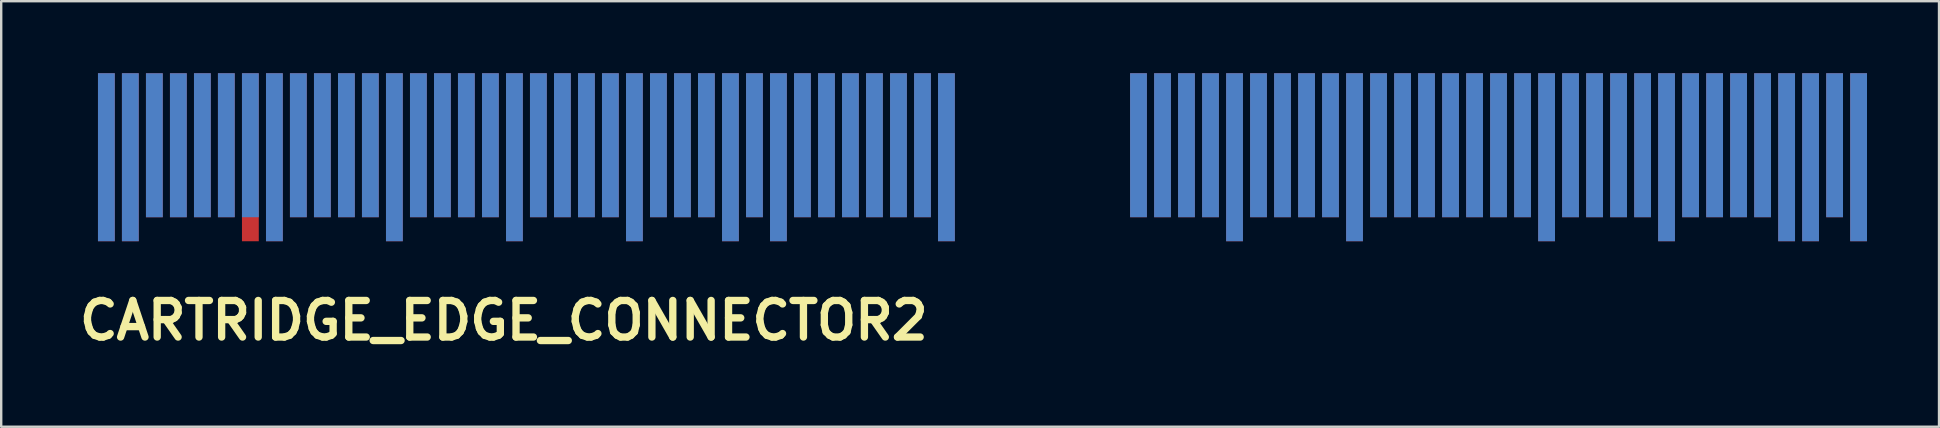
<source format=kicad_pcb>
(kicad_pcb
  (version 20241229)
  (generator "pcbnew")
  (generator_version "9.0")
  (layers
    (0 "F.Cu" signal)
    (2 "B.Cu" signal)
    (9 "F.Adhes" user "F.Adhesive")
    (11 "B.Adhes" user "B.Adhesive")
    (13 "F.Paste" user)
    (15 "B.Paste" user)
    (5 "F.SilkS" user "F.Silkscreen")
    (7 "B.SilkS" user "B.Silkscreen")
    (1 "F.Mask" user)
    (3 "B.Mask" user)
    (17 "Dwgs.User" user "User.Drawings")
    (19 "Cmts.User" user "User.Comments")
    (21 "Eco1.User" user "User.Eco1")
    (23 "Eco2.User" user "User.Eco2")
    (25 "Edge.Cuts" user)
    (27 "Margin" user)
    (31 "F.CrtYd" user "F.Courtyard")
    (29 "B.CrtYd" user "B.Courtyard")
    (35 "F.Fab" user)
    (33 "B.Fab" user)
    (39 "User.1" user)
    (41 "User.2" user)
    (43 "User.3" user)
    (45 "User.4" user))
  (footprint "CARTRIDGE_EDGE_CONNECTOR2"
    (layer "F.Cu")
    (at 0.381 8.001)
    (property "Reference" "CARTRIDGE_EDGE_CONNECTOR2" (at 17.559 2.301 0) (layer "F.SilkS") (effects (font (size 1.524 1.524) (thickness 0.305))))
    (attr smd)
    (pad "A1" smd rect (at 1.001 -4.501) (size 0.701 7) (layers "B.Cu" "B.Mask" "B.Paste"))
    (pad "A2" smd rect (at 1.999 -4.501) (size 0.701 7) (layers "B.Cu" "B.Mask" "B.Paste"))
    (pad "A3" smd rect (at 3 -5) (size 0.701 5.999) (layers "B.Cu" "B.Mask" "B.Paste"))
    (pad "A4" smd rect (at 4 -5) (size 0.701 5.999) (layers "B.Cu" "B.Mask" "B.Paste"))
    (pad "A5" smd rect (at 5.001 -5.001) (size 0.701 5.999) (layers "B.Cu" "B.Mask" "B.Paste"))
    (pad "A6" smd rect (at 5.999 -5.001) (size 0.701 5.999) (layers "B.Cu" "B.Mask" "B.Paste"))
    (pad "A7" smd rect (at 7 -5.001) (size 0.701 5.999) (layers "B.Cu" "B.Mask" "B.Paste"))
    (pad "A8" smd rect (at 8.001 -4.501) (size 0.701 7) (layers "B.Cu" "B.Mask" "B.Paste"))
    (pad "A9" smd rect (at 8.999 -5.001) (size 0.701 5.999) (layers "B.Cu" "B.Mask" "B.Paste"))
    (pad "A10" smd rect (at 10 -5.001) (size 0.701 5.999) (layers "B.Cu" "B.Mask" "B.Paste"))
    (pad "A11" smd rect (at 11.001 -5.001) (size 0.701 5.999) (layers "B.Cu" "B.Mask" "B.Paste"))
    (pad "A12" smd rect (at 11.999 -5.001) (size 0.701 5.999) (layers "B.Cu" "B.Mask" "B.Paste"))
    (pad "A13" smd rect (at 13 -4.501) (size 0.701 7) (layers "B.Cu" "B.Mask" "B.Paste"))
    (pad "A14" smd rect (at 14 -5.001) (size 0.701 5.999) (layers "B.Cu" "B.Mask" "B.Paste"))
    (pad "A15" smd rect (at 15.001 -5.001) (size 0.701 5.999) (layers "B.Cu" "B.Mask" "B.Paste"))
    (pad "A16" smd rect (at 15.999 -5.001) (size 0.701 5.999) (layers "B.Cu" "B.Mask" "B.Paste"))
    (pad "A17" smd rect (at 17 -5.001) (size 0.701 5.999) (layers "B.Cu" "B.Mask" "B.Paste"))
    (pad "A18" smd rect (at 18.001 -4.501) (size 0.701 7) (layers "B.Cu" "B.Mask" "B.Paste"))
    (pad "A19" smd rect (at 18.999 -5.001) (size 0.701 5.999) (layers "B.Cu" "B.Mask" "B.Paste"))
    (pad "A20" smd rect (at 20 -5.001) (size 0.701 5.999) (layers "B.Cu" "B.Mask" "B.Paste"))
    (pad "A21" smd rect (at 21.001 -5.001) (size 0.701 5.999) (layers "B.Cu" "B.Mask" "B.Paste"))
    (pad "A22" smd rect (at 21.999 -5.001) (size 0.701 5.999) (layers "B.Cu" "B.Mask" "B.Paste"))
    (pad "A23" smd rect (at 23 -4.501) (size 0.701 7) (layers "B.Cu" "B.Mask" "B.Paste"))
    (pad "A24" smd rect (at 24 -5.001) (size 0.701 5.999) (layers "B.Cu" "B.Mask" "B.Paste"))
    (pad "A25" smd rect (at 25.001 -5.001) (size 0.701 5.999) (layers "B.Cu" "B.Mask" "B.Paste"))
    (pad "A26" smd rect (at 25.999 -5.001) (size 0.701 5.999) (layers "B.Cu" "B.Mask" "B.Paste"))
    (pad "A27" smd rect (at 27 -4.501) (size 0.701 7) (layers "B.Cu" "B.Mask" "B.Paste"))
    (pad "A28" smd rect (at 28.001 -5.001) (size 0.701 5.999) (layers "B.Cu" "B.Mask" "B.Paste"))
    (pad "A29" smd rect (at 28.999 -4.501) (size 0.701 7) (layers "B.Cu" "B.Mask" "B.Paste"))
    (pad "A30" smd rect (at 30 -5.001) (size 0.701 5.999) (layers "B.Cu" "B.Mask" "B.Paste"))
    (pad "A31" smd rect (at 31.001 -5.001) (size 0.701 5.999) (layers "B.Cu" "B.Mask" "B.Paste"))
    (pad "A32" smd rect (at 31.999 -5.001) (size 0.701 5.999) (layers "B.Cu" "B.Mask" "B.Paste"))
    (pad "A33" smd rect (at 33 -5.001) (size 0.701 5.999) (layers "B.Cu" "B.Mask" "B.Paste"))
    (pad "A34" smd rect (at 34 -5.001) (size 0.701 5.999) (layers "B.Cu" "B.Mask" "B.Paste"))
    (pad "A35" smd rect (at 35.001 -5.001) (size 0.701 5.999) (layers "B.Cu" "B.Mask" "B.Paste"))
    (pad "A36" smd rect (at 35.999 -4.501) (size 0.701 7) (layers "B.Cu" "B.Mask" "B.Paste"))
    (pad "A37" smd rect (at 44 -5.001) (size 0.701 5.999) (layers "B.Cu" "B.Mask" "B.Paste"))
    (pad "A38" smd rect (at 45.001 -5.001) (size 0.701 5.999) (layers "B.Cu" "B.Mask" "B.Paste"))
    (pad "A39" smd rect (at 45.999 -5.001) (size 0.701 5.999) (layers "B.Cu" "B.Mask" "B.Paste"))
    (pad "A40" smd rect (at 47 -5.001) (size 0.701 5.999) (layers "B.Cu" "B.Mask" "B.Paste"))
    (pad "A41" smd rect (at 48.001 -4.501) (size 0.701 7) (layers "B.Cu" "B.Mask" "B.Paste"))
    (pad "A42" smd rect (at 48.999 -5.001) (size 0.701 5.999) (layers "B.Cu" "B.Mask" "B.Paste"))
    (pad "A43" smd rect (at 50 -5.001) (size 0.701 5.999) (layers "B.Cu" "B.Mask" "B.Paste"))
    (pad "A44" smd rect (at 51.001 -5.001) (size 0.701 5.999) (layers "B.Cu" "B.Mask" "B.Paste"))
    (pad "A45" smd rect (at 51.999 -5.001) (size 0.701 5.999) (layers "B.Cu" "B.Mask" "B.Paste"))
    (pad "A46" smd rect (at 53 -4.501) (size 0.701 7) (layers "B.Cu" "B.Mask" "B.Paste"))
    (pad "A47" smd rect (at 54 -5.001) (size 0.701 5.999) (layers "B.Cu" "B.Mask" "B.Paste"))
    (pad "A48" smd rect (at 55.001 -5.001) (size 0.701 5.999) (layers "B.Cu" "B.Mask" "B.Paste"))
    (pad "A49" smd rect (at 55.999 -5.001) (size 0.701 5.999) (layers "B.Cu" "B.Mask" "B.Paste"))
    (pad "A50" smd rect (at 57 -5.001) (size 0.701 5.999) (layers "B.Cu" "B.Mask" "B.Paste"))
    (pad "A51" smd rect (at 58.001 -5.001) (size 0.701 5.999) (layers "B.Cu" "B.Mask" "B.Paste"))
    (pad "A52" smd rect (at 58.999 -5.001) (size 0.701 5.999) (layers "B.Cu" "B.Mask" "B.Paste"))
    (pad "A53" smd rect (at 60 -5.001) (size 0.701 5.999) (layers "B.Cu" "B.Mask" "B.Paste"))
    (pad "A54" smd rect (at 61.001 -4.501) (size 0.701 7) (layers "B.Cu" "B.Mask" "B.Paste"))
    (pad "A55" smd rect (at 61.999 -5.001) (size 0.701 5.999) (layers "B.Cu" "B.Mask" "B.Paste"))
    (pad "A56" smd rect (at 63 -5.001) (size 0.701 5.999) (layers "B.Cu" "B.Mask" "B.Paste"))
    (pad "A57" smd rect (at 64 -5.001) (size 0.701 5.999) (layers "B.Cu" "B.Mask" "B.Paste"))
    (pad "A58" smd rect (at 65.001 -5.001) (size 0.701 5.999) (layers "B.Cu" "B.Mask" "B.Paste"))
    (pad "A59" smd rect (at 65.999 -4.501) (size 0.701 7) (layers "B.Cu" "B.Mask" "B.Paste"))
    (pad "A60" smd rect (at 67 -5.001) (size 0.701 5.999) (layers "B.Cu" "B.Mask" "B.Paste"))
    (pad "A61" smd rect (at 68.001 -5.001) (size 0.701 5.999) (layers "B.Cu" "B.Mask" "B.Paste"))
    (pad "A62" smd rect (at 68.999 -5.001) (size 0.701 5.999) (layers "B.Cu" "B.Mask" "B.Paste"))
    (pad "A63" smd rect (at 70 -5.001) (size 0.701 5.999) (layers "B.Cu" "B.Mask" "B.Paste"))
    (pad "A64" smd rect (at 71.001 -4.501) (size 0.701 7) (layers "B.Cu" "B.Mask" "B.Paste"))
    (pad "A65" smd rect (at 71.999 -4.501) (size 0.701 7) (layers "B.Cu" "B.Mask" "B.Paste"))
    (pad "A66" smd rect (at 73 -5.001) (size 0.701 5.999) (layers "B.Cu" "B.Mask" "B.Paste"))
    (pad "A67" smd rect (at 74 -4.501) (size 0.701 7) (layers "B.Cu" "B.Mask" "B.Paste"))
    (pad "B1" smd rect (at 1.001 -4.501) (size 0.701 7) (layers "F.Cu" "F.Mask" "F.Paste"))
    (pad "B2" smd rect (at 1.999 -4.501) (size 0.701 7) (layers "F.Cu" "F.Mask" "F.Paste"))
    (pad "B3" smd rect (at 3 -5) (size 0.701 5.999) (layers "F.Cu" "F.Mask" "F.Paste"))
    (pad "B4" smd rect (at 4 -5.001) (size 0.701 5.999) (layers "F.Cu" "F.Mask" "F.Paste"))
    (pad "B5" smd rect (at 5.001 -5.001) (size 0.701 5.999) (layers "F.Cu" "F.Mask" "F.Paste"))
    (pad "B6" smd rect (at 5.999 -5.001) (size 0.701 5.999) (layers "F.Cu" "F.Mask" "F.Paste"))
    (pad "B7" smd rect (at 7 -4.5) (size 0.701 7) (layers "F.Cu" "F.Mask" "F.Paste"))
    (pad "B8" smd rect (at 8.001 -4.501) (size 0.701 7) (layers "F.Cu" "F.Mask" "F.Paste"))
    (pad "B9" smd rect (at 8.999 -5.001) (size 0.701 5.999) (layers "F.Cu" "F.Mask" "F.Paste"))
    (pad "B10" smd rect (at 10 -5.001) (size 0.701 5.999) (layers "F.Cu" "F.Mask" "F.Paste"))
    (pad "B11" smd rect (at 11.001 -5.001) (size 0.701 5.999) (layers "F.Cu" "F.Mask" "F.Paste"))
    (pad "B12" smd rect (at 11.999 -5.001) (size 0.701 5.999) (layers "F.Cu" "F.Mask" "F.Paste"))
    (pad "B13" smd rect (at 13 -4.501) (size 0.701 7) (layers "F.Cu" "F.Mask" "F.Paste"))
    (pad "B14" smd rect (at 14 -5.001) (size 0.701 5.999) (layers "F.Cu" "F.Mask" "F.Paste"))
    (pad "B15" smd rect (at 15.001 -5.001) (size 0.701 5.999) (layers "F.Cu" "F.Mask" "F.Paste"))
    (pad "B16" smd rect (at 15.999 -5.001) (size 0.701 5.999) (layers "F.Cu" "F.Mask" "F.Paste"))
    (pad "B17" smd rect (at 17 -5.001) (size 0.701 5.999) (layers "F.Cu" "F.Mask" "F.Paste"))
    (pad "B18" smd rect (at 18.001 -4.501) (size 0.701 7) (layers "F.Cu" "F.Mask" "F.Paste"))
    (pad "B19" smd rect (at 18.999 -5.001) (size 0.701 5.999) (layers "F.Cu" "F.Mask" "F.Paste"))
    (pad "B20" smd rect (at 20 -5.001) (size 0.701 5.999) (layers "F.Cu" "F.Mask" "F.Paste"))
    (pad "B21" smd rect (at 21.001 -5.001) (size 0.701 5.999) (layers "F.Cu" "F.Mask" "F.Paste"))
    (pad "B22" smd rect (at 21.999 -5.001) (size 0.701 5.999) (layers "F.Cu" "F.Mask" "F.Paste"))
    (pad "B23" smd rect (at 23 -4.501) (size 0.701 7) (layers "F.Cu" "F.Mask" "F.Paste"))
    (pad "B24" smd rect (at 24 -5.001) (size 0.701 5.999) (layers "F.Cu" "F.Mask" "F.Paste"))
    (pad "B25" smd rect (at 25.001 -5.001) (size 0.701 5.999) (layers "F.Cu" "F.Mask" "F.Paste"))
    (pad "B26" smd rect (at 25.999 -5.001) (size 0.701 5.999) (layers "F.Cu" "F.Mask" "F.Paste"))
    (pad "B27" smd rect (at 27 -4.501) (size 0.701 7) (layers "F.Cu" "F.Mask" "F.Paste"))
    (pad "B28" smd rect (at 28.001 -5.001) (size 0.701 5.999) (layers "F.Cu" "F.Mask" "F.Paste"))
    (pad "B29" smd rect (at 28.999 -4.501) (size 0.701 7) (layers "F.Cu" "F.Mask" "F.Paste"))
    (pad "B30" smd rect (at 30 -5.001) (size 0.701 5.999) (layers "F.Cu" "F.Mask" "F.Paste"))
    (pad "B31" smd rect (at 31.001 -5.001) (size 0.701 5.999) (layers "F.Cu" "F.Mask" "F.Paste"))
    (pad "B32" smd rect (at 31.999 -5.001) (size 0.701 5.999) (layers "F.Cu" "F.Mask" "F.Paste"))
    (pad "B33" smd rect (at 33 -5.001) (size 0.701 5.999) (layers "F.Cu" "F.Mask" "F.Paste"))
    (pad "B34" smd rect (at 34 -5.001) (size 0.701 5.999) (layers "F.Cu" "F.Mask" "F.Paste"))
    (pad "B35" smd rect (at 35.001 -5.001) (size 0.701 5.999) (layers "F.Cu" "F.Mask" "F.Paste"))
    (pad "B36" smd rect (at 35.999 -4.501) (size 0.701 7) (layers "F.Cu" "F.Mask" "F.Paste"))
    (pad "B37" smd rect (at 44 -5.001) (size 0.701 5.999) (layers "F.Cu" "F.Mask" "F.Paste"))
    (pad "B38" smd rect (at 45.001 -5.001) (size 0.701 5.999) (layers "F.Cu" "F.Mask" "F.Paste"))
    (pad "B39" smd rect (at 45.999 -5.001) (size 0.701 5.999) (layers "F.Cu" "F.Mask" "F.Paste"))
    (pad "B40" smd rect (at 47 -5.001) (size 0.701 5.999) (layers "F.Cu" "F.Mask" "F.Paste"))
    (pad "B41" smd rect (at 48.001 -4.501) (size 0.701 7) (layers "F.Cu" "F.Mask" "F.Paste"))
    (pad "B42" smd rect (at 48.999 -5.001) (size 0.701 5.999) (layers "F.Cu" "F.Mask" "F.Paste"))
    (pad "B43" smd rect (at 50 -5.001) (size 0.701 5.999) (layers "F.Cu" "F.Mask" "F.Paste"))
    (pad "B44" smd rect (at 51.001 -5.001) (size 0.701 5.999) (layers "F.Cu" "F.Mask" "F.Paste"))
    (pad "B45" smd rect (at 51.999 -5.001) (size 0.701 5.999) (layers "F.Cu" "F.Mask" "F.Paste"))
    (pad "B46" smd rect (at 53 -4.501) (size 0.701 7) (layers "F.Cu" "F.Mask" "F.Paste"))
    (pad "B47" smd rect (at 54 -5.001) (size 0.701 5.999) (layers "F.Cu" "F.Mask" "F.Paste"))
    (pad "B48" smd rect (at 55.001 -5.001) (size 0.701 5.999) (layers "F.Cu" "F.Mask" "F.Paste"))
    (pad "B49" smd rect (at 55.999 -5.001) (size 0.701 5.999) (layers "F.Cu" "F.Mask" "F.Paste"))
    (pad "B50" smd rect (at 57 -5.001) (size 0.701 5.999) (layers "F.Cu" "F.Mask" "F.Paste"))
    (pad "B51" smd rect (at 58.001 -5.001) (size 0.701 5.999) (layers "F.Cu" "F.Mask" "F.Paste"))
    (pad "B52" smd rect (at 58.999 -5.001) (size 0.701 5.999) (layers "F.Cu" "F.Mask" "F.Paste"))
    (pad "B53" smd rect (at 60 -5.001) (size 0.701 5.999) (layers "F.Cu" "F.Mask" "F.Paste"))
    (pad "B54" smd rect (at 61.001 -4.501) (size 0.701 7) (layers "F.Cu" "F.Mask" "F.Paste"))
    (pad "B55" smd rect (at 61.999 -5.001) (size 0.701 5.999) (layers "F.Cu" "F.Mask" "F.Paste"))
    (pad "B56" smd rect (at 63 -5.001) (size 0.701 5.999) (layers "F.Cu" "F.Mask" "F.Paste"))
    (pad "B57" smd rect (at 64 -5.001) (size 0.701 5.999) (layers "F.Cu" "F.Mask" "F.Paste"))
    (pad "B58" smd rect (at 65.001 -5.001) (size 0.701 5.999) (layers "F.Cu" "F.Mask" "F.Paste"))
    (pad "B59" smd rect (at 65.999 -4.501) (size 0.701 7) (layers "F.Cu" "F.Mask" "F.Paste"))
    (pad "B60" smd rect (at 67 -5.001) (size 0.701 5.999) (layers "F.Cu" "F.Mask" "F.Paste"))
    (pad "B61" smd rect (at 68.001 -5.001) (size 0.701 5.999) (layers "F.Cu" "F.Mask" "F.Paste"))
    (pad "B62" smd rect (at 68.999 -5.001) (size 0.701 5.999) (layers "F.Cu" "F.Mask" "F.Paste"))
    (pad "B63" smd rect (at 70 -5.001) (size 0.701 5.999) (layers "F.Cu" "F.Mask" "F.Paste"))
    (pad "B64" smd rect (at 71.001 -4.501) (size 0.701 7) (layers "F.Cu" "F.Mask" "F.Paste"))
    (pad "B65" smd rect (at 71.999 -4.501) (size 0.701 7) (layers "F.Cu" "F.Mask" "F.Paste"))
    (pad "B66" smd rect (at 73 -5.001) (size 0.701 5.999) (layers "F.Cu" "F.Mask" "F.Paste"))
    (pad "B67" smd rect (at 74 -4.501) (size 0.701 7) (layers "F.Cu" "F.Mask" "F.Paste")))
  (gr_rect
    (start -3 -3)
    (end 77.732 14.729)
    (stroke (width 0.1) (type default))
    (fill no)
    (layer "Edge.Cuts")))
</source>
